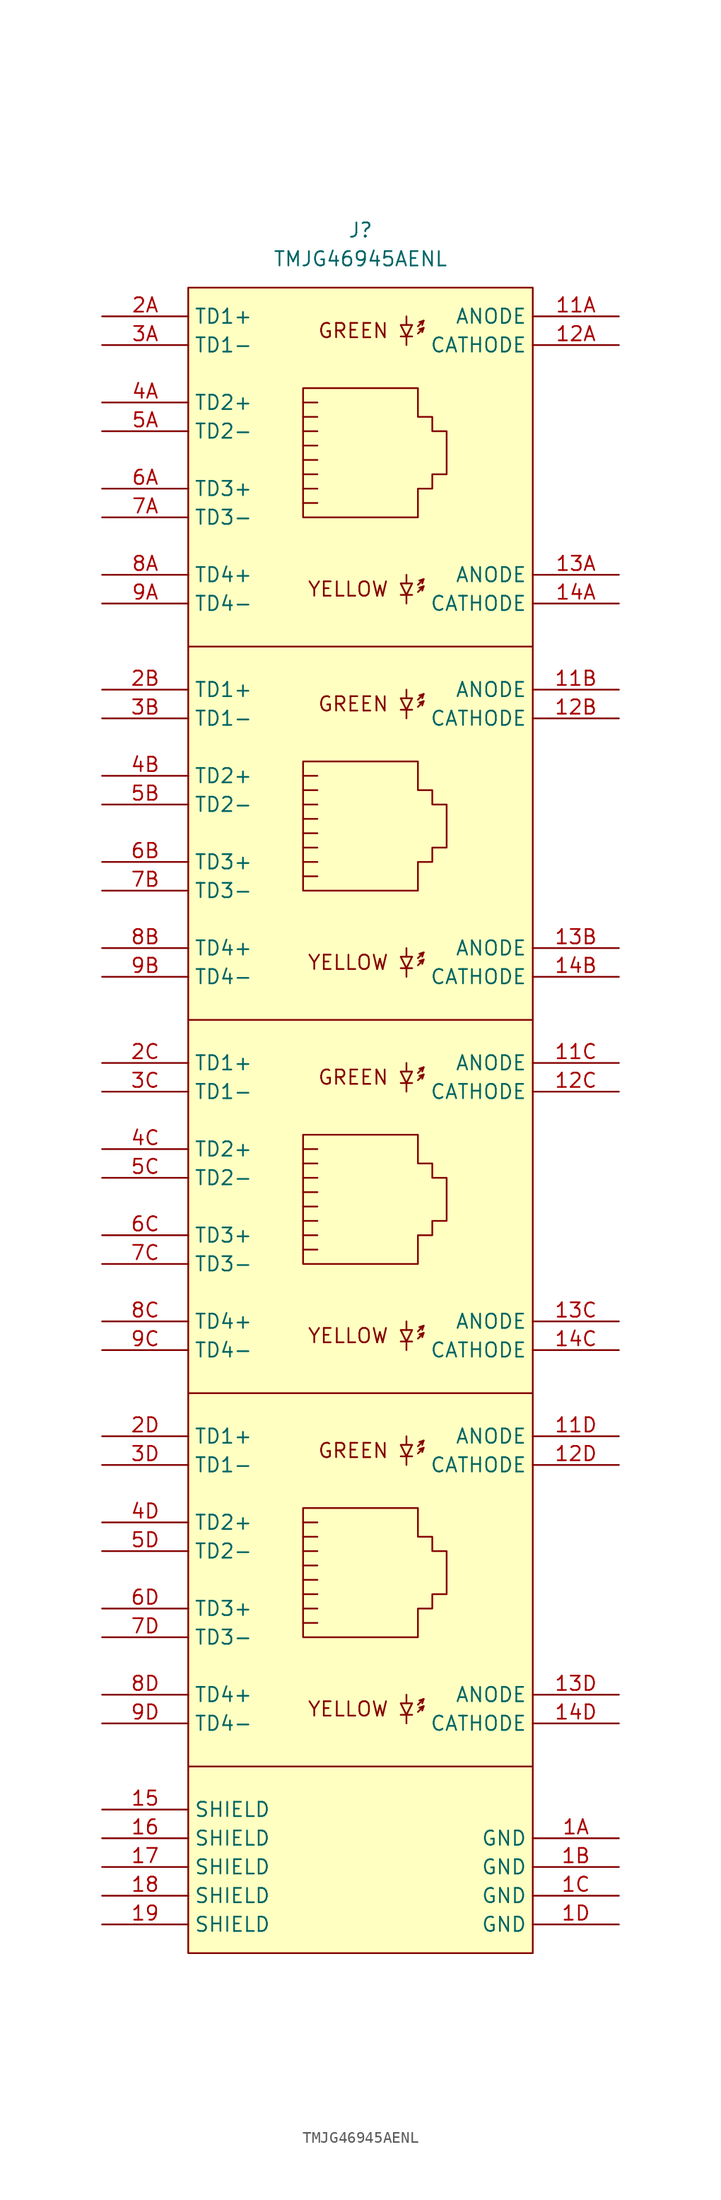
<source format=kicad_sym>
(kicad_symbol_lib
  (version 20231120)
  (generator "kicad_symbol_editor")
  (generator_version "8.0")
  (symbol "TMJG46945AENL"
    (property "Reference" "J"
      (at 0 5.08 0)
      (effects (font (size 1.27 1.27))))
    (property "Value" "TMJG46945AENL"
      (at 0 2.54 0)
      (effects (font (size 1.27 1.27))))
    (symbol "TMJG46945AENL_0_1"
      (polyline (pts (xy -15.24 -130.81) (xy 15.24 -130.81)) (stroke (width 0) (type default)) (fill (type none)))
      (polyline (pts (xy -15.24 -97.79) (xy 15.24 -97.79)) (stroke (width 0) (type default)) (fill (type none)))
      (polyline (pts (xy -15.24 -64.77) (xy 15.24 -64.77)) (stroke (width 0) (type default)) (fill (type none)))
      (polyline (pts (xy -15.24 -31.75) (xy 15.24 -31.75)) (stroke (width 0) (type default)) (fill (type none)))
      (polyline (pts (xy -3.81 -110.49) (xy -5.08 -110.49)) (stroke (width 0) (type default)) (fill (type none)))
      (polyline (pts (xy -3.81 -109.22) (xy -5.08 -109.22)) (stroke (width 0) (type default)) (fill (type none)))
      (polyline (pts (xy -3.81 -77.47) (xy -5.08 -77.47)) (stroke (width 0) (type default)) (fill (type none)))
      (polyline (pts (xy -3.81 -76.2) (xy -5.08 -76.2)) (stroke (width 0) (type default)) (fill (type none)))
      (polyline (pts (xy -3.81 -44.45) (xy -5.08 -44.45)) (stroke (width 0) (type default)) (fill (type none)))
      (polyline (pts (xy -3.81 -43.18) (xy -5.08 -43.18)) (stroke (width 0) (type default)) (fill (type none)))
      (polyline (pts (xy -3.81 -11.43) (xy -5.08 -11.43)) (stroke (width 0) (type default)) (fill (type none)))
      (polyline (pts (xy -3.81 -10.16) (xy -5.08 -10.16)) (stroke (width 0) (type default)) (fill (type none)))
      (polyline (pts (xy 4.064 -127) (xy 4.064 -126.238)) (stroke (width 0) (type default)) (fill (type none)))
      (polyline (pts (xy 4.064 -124.46) (xy 4.064 -125.222)) (stroke (width 0) (type default)) (fill (type none)))
      (polyline (pts (xy 4.064 -104.14) (xy 4.064 -103.378)) (stroke (width 0) (type default)) (fill (type none)))
      (polyline (pts (xy 4.064 -101.6) (xy 4.064 -102.362)) (stroke (width 0) (type default)) (fill (type none)))
      (polyline (pts (xy 4.064 -93.98) (xy 4.064 -93.218)) (stroke (width 0) (type default)) (fill (type none)))
      (polyline (pts (xy 4.064 -91.44) (xy 4.064 -92.202)) (stroke (width 0) (type default)) (fill (type none)))
      (polyline (pts (xy 4.064 -71.12) (xy 4.064 -70.358)) (stroke (width 0) (type default)) (fill (type none)))
      (polyline (pts (xy 4.064 -68.58) (xy 4.064 -69.342)) (stroke (width 0) (type default)) (fill (type none)))
      (polyline (pts (xy 4.064 -60.96) (xy 4.064 -60.198)) (stroke (width 0) (type default)) (fill (type none)))
      (polyline (pts (xy 4.064 -58.42) (xy 4.064 -59.182)) (stroke (width 0) (type default)) (fill (type none)))
      (polyline (pts (xy 4.064 -38.1) (xy 4.064 -37.338)) (stroke (width 0) (type default)) (fill (type none)))
      (polyline (pts (xy 4.064 -35.56) (xy 4.064 -36.322)) (stroke (width 0) (type default)) (fill (type none)))
      (polyline (pts (xy 4.064 -27.94) (xy 4.064 -27.178)) (stroke (width 0) (type default)) (fill (type none)))
      (polyline (pts (xy 4.064 -25.4) (xy 4.064 -26.162)) (stroke (width 0) (type default)) (fill (type none)))
      (polyline (pts (xy 4.064 -5.08) (xy 4.064 -4.318)) (stroke (width 0) (type default)) (fill (type none)))
      (polyline (pts (xy 4.064 -2.54) (xy 4.064 -3.302)) (stroke (width 0) (type default)) (fill (type none)))
      (polyline (pts (xy 4.572 -126.238) (xy 3.556 -126.238)) (stroke (width 0) (type default)) (fill (type none)))
      (polyline (pts (xy 4.572 -103.378) (xy 3.556 -103.378)) (stroke (width 0) (type default)) (fill (type none)))
      (polyline (pts (xy 4.572 -93.218) (xy 3.556 -93.218)) (stroke (width 0) (type default)) (fill (type none)))
      (polyline (pts (xy 4.572 -70.358) (xy 3.556 -70.358)) (stroke (width 0) (type default)) (fill (type none)))
      (polyline (pts (xy 4.572 -60.198) (xy 3.556 -60.198)) (stroke (width 0) (type default)) (fill (type none)))
      (polyline (pts (xy 4.572 -37.338) (xy 3.556 -37.338)) (stroke (width 0) (type default)) (fill (type none)))
      (polyline (pts (xy 4.572 -27.178) (xy 3.556 -27.178)) (stroke (width 0) (type default)) (fill (type none)))
      (polyline (pts (xy 4.572 -4.318) (xy 3.556 -4.318)) (stroke (width 0) (type default)) (fill (type none)))
      (polyline (pts (xy 5.588 -125.476) (xy 5.461 -125.857)) (stroke (width 0) (type default)) (fill (type none)))
      (polyline (pts (xy 5.588 -124.841) (xy 5.461 -125.222)) (stroke (width 0) (type default)) (fill (type none)))
      (polyline (pts (xy 5.588 -102.616) (xy 5.461 -102.997)) (stroke (width 0) (type default)) (fill (type none)))
      (polyline (pts (xy 5.588 -101.981) (xy 5.461 -102.362)) (stroke (width 0) (type default)) (fill (type none)))
      (polyline (pts (xy 5.588 -92.456) (xy 5.461 -92.837)) (stroke (width 0) (type default)) (fill (type none)))
      (polyline (pts (xy 5.588 -91.821) (xy 5.461 -92.202)) (stroke (width 0) (type default)) (fill (type none)))
      (polyline (pts (xy 5.588 -69.596) (xy 5.461 -69.977)) (stroke (width 0) (type default)) (fill (type none)))
      (polyline (pts (xy 5.588 -68.961) (xy 5.461 -69.342)) (stroke (width 0) (type default)) (fill (type none)))
      (polyline (pts (xy 5.588 -59.436) (xy 5.461 -59.817)) (stroke (width 0) (type default)) (fill (type none)))
      (polyline (pts (xy 5.588 -58.801) (xy 5.461 -59.182)) (stroke (width 0) (type default)) (fill (type none)))
      (polyline (pts (xy 5.588 -36.576) (xy 5.461 -36.957)) (stroke (width 0) (type default)) (fill (type none)))
      (polyline (pts (xy 5.588 -35.941) (xy 5.461 -36.322)) (stroke (width 0) (type default)) (fill (type none)))
      (polyline (pts (xy 5.588 -26.416) (xy 5.461 -26.797)) (stroke (width 0) (type default)) (fill (type none)))
      (polyline (pts (xy 5.588 -25.781) (xy 5.461 -26.162)) (stroke (width 0) (type default)) (fill (type none)))
      (polyline (pts (xy 5.588 -3.556) (xy 5.461 -3.937)) (stroke (width 0) (type default)) (fill (type none)))
      (polyline (pts (xy 5.588 -2.921) (xy 5.461 -3.302)) (stroke (width 0) (type default)) (fill (type none)))
      (polyline (pts (xy -5.08 -118.11) (xy -3.81 -118.11) (xy -3.81 -118.11)) (stroke (width 0) (type default)) (fill (type none)))
      (polyline (pts (xy -5.08 -116.84) (xy -3.81 -116.84) (xy -3.81 -116.84)) (stroke (width 0) (type default)) (fill (type none)))
      (polyline (pts (xy -5.08 -115.57) (xy -3.81 -115.57) (xy -3.81 -115.57)) (stroke (width 0) (type default)) (fill (type none)))
      (polyline (pts (xy -5.08 -114.3) (xy -3.81 -114.3) (xy -3.81 -114.3)) (stroke (width 0) (type default)) (fill (type none)))
      (polyline (pts (xy -5.08 -113.03) (xy -3.81 -113.03) (xy -3.81 -113.03)) (stroke (width 0) (type default)) (fill (type none)))
      (polyline (pts (xy -5.08 -85.09) (xy -3.81 -85.09) (xy -3.81 -85.09)) (stroke (width 0) (type default)) (fill (type none)))
      (polyline (pts (xy -5.08 -83.82) (xy -3.81 -83.82) (xy -3.81 -83.82)) (stroke (width 0) (type default)) (fill (type none)))
      (polyline (pts (xy -5.08 -82.55) (xy -3.81 -82.55) (xy -3.81 -82.55)) (stroke (width 0) (type default)) (fill (type none)))
      (polyline (pts (xy -5.08 -81.28) (xy -3.81 -81.28) (xy -3.81 -81.28)) (stroke (width 0) (type default)) (fill (type none)))
      (polyline (pts (xy -5.08 -80.01) (xy -3.81 -80.01) (xy -3.81 -80.01)) (stroke (width 0) (type default)) (fill (type none)))
      (polyline (pts (xy -5.08 -52.07) (xy -3.81 -52.07) (xy -3.81 -52.07)) (stroke (width 0) (type default)) (fill (type none)))
      (polyline (pts (xy -5.08 -50.8) (xy -3.81 -50.8) (xy -3.81 -50.8)) (stroke (width 0) (type default)) (fill (type none)))
      (polyline (pts (xy -5.08 -49.53) (xy -3.81 -49.53) (xy -3.81 -49.53)) (stroke (width 0) (type default)) (fill (type none)))
      (polyline (pts (xy -5.08 -48.26) (xy -3.81 -48.26) (xy -3.81 -48.26)) (stroke (width 0) (type default)) (fill (type none)))
      (polyline (pts (xy -5.08 -46.99) (xy -3.81 -46.99) (xy -3.81 -46.99)) (stroke (width 0) (type default)) (fill (type none)))
      (polyline (pts (xy -5.08 -19.05) (xy -3.81 -19.05) (xy -3.81 -19.05)) (stroke (width 0) (type default)) (fill (type none)))
      (polyline (pts (xy -5.08 -17.78) (xy -3.81 -17.78) (xy -3.81 -17.78)) (stroke (width 0) (type default)) (fill (type none)))
      (polyline (pts (xy -5.08 -16.51) (xy -3.81 -16.51) (xy -3.81 -16.51)) (stroke (width 0) (type default)) (fill (type none)))
      (polyline (pts (xy -5.08 -15.24) (xy -3.81 -15.24) (xy -3.81 -15.24)) (stroke (width 0) (type default)) (fill (type none)))
      (polyline (pts (xy -5.08 -13.97) (xy -3.81 -13.97) (xy -3.81 -13.97)) (stroke (width 0) (type default)) (fill (type none)))
      (polyline (pts (xy -3.81 -111.76) (xy -5.08 -111.76) (xy -5.08 -111.76)) (stroke (width 0) (type default)) (fill (type none)))
      (polyline (pts (xy -3.81 -78.74) (xy -5.08 -78.74) (xy -5.08 -78.74)) (stroke (width 0) (type default)) (fill (type none)))
      (polyline (pts (xy -3.81 -45.72) (xy -5.08 -45.72) (xy -5.08 -45.72)) (stroke (width 0) (type default)) (fill (type none)))
      (polyline (pts (xy -3.81 -12.7) (xy -5.08 -12.7) (xy -5.08 -12.7)) (stroke (width 0) (type default)) (fill (type none)))
      (polyline (pts (xy 5.08 -125.984) (xy 5.588 -125.476) (xy 5.207 -125.603)) (stroke (width 0) (type default)) (fill (type none)))
      (polyline (pts (xy 5.08 -125.349) (xy 5.588 -124.841) (xy 5.207 -124.968)) (stroke (width 0) (type default)) (fill (type none)))
      (polyline (pts (xy 5.08 -103.124) (xy 5.588 -102.616) (xy 5.207 -102.743)) (stroke (width 0) (type default)) (fill (type none)))
      (polyline (pts (xy 5.08 -102.489) (xy 5.588 -101.981) (xy 5.207 -102.108)) (stroke (width 0) (type default)) (fill (type none)))
      (polyline (pts (xy 5.08 -92.964) (xy 5.588 -92.456) (xy 5.207 -92.583)) (stroke (width 0) (type default)) (fill (type none)))
      (polyline (pts (xy 5.08 -92.329) (xy 5.588 -91.821) (xy 5.207 -91.948)) (stroke (width 0) (type default)) (fill (type none)))
      (polyline (pts (xy 5.08 -70.104) (xy 5.588 -69.596) (xy 5.207 -69.723)) (stroke (width 0) (type default)) (fill (type none)))
      (polyline (pts (xy 5.08 -69.469) (xy 5.588 -68.961) (xy 5.207 -69.088)) (stroke (width 0) (type default)) (fill (type none)))
      (polyline (pts (xy 5.08 -59.944) (xy 5.588 -59.436) (xy 5.207 -59.563)) (stroke (width 0) (type default)) (fill (type none)))
      (polyline (pts (xy 5.08 -59.309) (xy 5.588 -58.801) (xy 5.207 -58.928)) (stroke (width 0) (type default)) (fill (type none)))
      (polyline (pts (xy 5.08 -37.084) (xy 5.588 -36.576) (xy 5.207 -36.703)) (stroke (width 0) (type default)) (fill (type none)))
      (polyline (pts (xy 5.08 -36.449) (xy 5.588 -35.941) (xy 5.207 -36.068)) (stroke (width 0) (type default)) (fill (type none)))
      (polyline (pts (xy 5.08 -26.924) (xy 5.588 -26.416) (xy 5.207 -26.543)) (stroke (width 0) (type default)) (fill (type none)))
      (polyline (pts (xy 5.08 -26.289) (xy 5.588 -25.781) (xy 5.207 -25.908)) (stroke (width 0) (type default)) (fill (type none)))
      (polyline (pts (xy 5.08 -4.064) (xy 5.588 -3.556) (xy 5.207 -3.683)) (stroke (width 0) (type default)) (fill (type none)))
      (polyline (pts (xy 5.08 -3.429) (xy 5.588 -2.921) (xy 5.207 -3.048)) (stroke (width 0) (type default)) (fill (type none)))
      (polyline (pts (xy 4.064 -126.238) (xy 4.572 -125.222) (xy 3.556 -125.222) (xy 4.064 -126.238)) (stroke (width 0) (type default)) (fill (type none)))
      (polyline (pts (xy 4.064 -103.378) (xy 4.572 -102.362) (xy 3.556 -102.362) (xy 4.064 -103.378)) (stroke (width 0) (type default)) (fill (type none)))
      (polyline (pts (xy 4.064 -93.218) (xy 4.572 -92.202) (xy 3.556 -92.202) (xy 4.064 -93.218)) (stroke (width 0) (type default)) (fill (type none)))
      (polyline (pts (xy 4.064 -70.358) (xy 4.572 -69.342) (xy 3.556 -69.342) (xy 4.064 -70.358)) (stroke (width 0) (type default)) (fill (type none)))
      (polyline (pts (xy 4.064 -60.198) (xy 4.572 -59.182) (xy 3.556 -59.182) (xy 4.064 -60.198)) (stroke (width 0) (type default)) (fill (type none)))
      (polyline (pts (xy 4.064 -37.338) (xy 4.572 -36.322) (xy 3.556 -36.322) (xy 4.064 -37.338)) (stroke (width 0) (type default)) (fill (type none)))
      (polyline (pts (xy 4.064 -27.178) (xy 4.572 -26.162) (xy 3.556 -26.162) (xy 4.064 -27.178)) (stroke (width 0) (type default)) (fill (type none)))
      (polyline (pts (xy 4.064 -4.318) (xy 4.572 -3.302) (xy 3.556 -3.302) (xy 4.064 -4.318)) (stroke (width 0) (type default)) (fill (type none)))
      (polyline (pts (xy -5.08 -119.38) (xy -5.08 -107.95) (xy 5.08 -107.95) (xy 5.08 -110.49) (xy 6.35 -110.49) (xy 6.35 -111.76) (xy 7.62 -111.76) (xy 7.62 -115.57) (xy 6.35 -115.57) (xy 6.35 -116.84) (xy 5.08 -116.84) (xy 5.08 -119.38) (xy -5.08 -119.38) (xy -5.08 -119.38)) (stroke (width 0) (type default)) (fill (type none)))
      (polyline (pts (xy -5.08 -86.36) (xy -5.08 -74.93) (xy 5.08 -74.93) (xy 5.08 -77.47) (xy 6.35 -77.47) (xy 6.35 -78.74) (xy 7.62 -78.74) (xy 7.62 -82.55) (xy 6.35 -82.55) (xy 6.35 -83.82) (xy 5.08 -83.82) (xy 5.08 -86.36) (xy -5.08 -86.36) (xy -5.08 -86.36)) (stroke (width 0) (type default)) (fill (type none)))
      (polyline (pts (xy -5.08 -53.34) (xy -5.08 -41.91) (xy 5.08 -41.91) (xy 5.08 -44.45) (xy 6.35 -44.45) (xy 6.35 -45.72) (xy 7.62 -45.72) (xy 7.62 -49.53) (xy 6.35 -49.53) (xy 6.35 -50.8) (xy 5.08 -50.8) (xy 5.08 -53.34) (xy -5.08 -53.34) (xy -5.08 -53.34)) (stroke (width 0) (type default)) (fill (type none)))
      (polyline (pts (xy -5.08 -20.32) (xy -5.08 -8.89) (xy 5.08 -8.89) (xy 5.08 -11.43) (xy 6.35 -11.43) (xy 6.35 -12.7) (xy 7.62 -12.7) (xy 7.62 -16.51) (xy 6.35 -16.51) (xy 6.35 -17.78) (xy 5.08 -17.78) (xy 5.08 -20.32) (xy -5.08 -20.32) (xy -5.08 -20.32)) (stroke (width 0) (type default)) (fill (type none))))
    (symbol "TMJG46945AENL_1_1"
      (rectangle (start -15.24 0) (end 15.24 -147.32) (stroke (width 0) (type default)) (fill (type background)))
      (text "GREEN" (at 2.54 -102.87 0) (effects (font (size 1.27 1.27)) (justify right)))
      (text "GREEN" (at 2.54 -69.85 0) (effects (font (size 1.27 1.27)) (justify right)))
      (text "GREEN" (at 2.54 -36.83 0) (effects (font (size 1.27 1.27)) (justify right)))
      (text "GREEN" (at 2.54 -3.81 0) (effects (font (size 1.27 1.27)) (justify right)))
      (text "YELLOW" (at 2.54 -125.73 0) (effects (font (size 1.27 1.27)) (justify right)))
      (text "YELLOW" (at 2.54 -92.71 0) (effects (font (size 1.27 1.27)) (justify right)))
      (text "YELLOW" (at 2.54 -59.69 0) (effects (font (size 1.27 1.27)) (justify right)))
      (text "YELLOW" (at 2.54 -26.67 0) (effects (font (size 1.27 1.27)) (justify right)))
      (pin unspecified line (at 22.86 -2.54 180) (length 7.62) (name "ANODE" (effects (font (size 1.27 1.27)))) (number "11A" (effects (font (size 1.27 1.27)))))
      (pin unspecified line (at 22.86 -35.56 180) (length 7.62) (name "ANODE" (effects (font (size 1.27 1.27)))) (number "11B" (effects (font (size 1.27 1.27)))))
      (pin unspecified line (at 22.86 -68.58 180) (length 7.62) (name "ANODE" (effects (font (size 1.27 1.27)))) (number "11C" (effects (font (size 1.27 1.27)))))
      (pin unspecified line (at 22.86 -101.6 180) (length 7.62) (name "ANODE" (effects (font (size 1.27 1.27)))) (number "11D" (effects (font (size 1.27 1.27)))))
      (pin unspecified line (at 22.86 -5.08 180) (length 7.62) (name "CATHODE" (effects (font (size 1.27 1.27)))) (number "12A" (effects (font (size 1.27 1.27)))))
      (pin unspecified line (at 22.86 -38.1 180) (length 7.62) (name "CATHODE" (effects (font (size 1.27 1.27)))) (number "12B" (effects (font (size 1.27 1.27)))))
      (pin unspecified line (at 22.86 -71.12 180) (length 7.62) (name "CATHODE" (effects (font (size 1.27 1.27)))) (number "12C" (effects (font (size 1.27 1.27)))))
      (pin unspecified line (at 22.86 -104.14 180) (length 7.62) (name "CATHODE" (effects (font (size 1.27 1.27)))) (number "12D" (effects (font (size 1.27 1.27)))))
      (pin unspecified line (at 22.86 -25.4 180) (length 7.62) (name "ANODE" (effects (font (size 1.27 1.27)))) (number "13A" (effects (font (size 1.27 1.27)))))
      (pin unspecified line (at 22.86 -58.42 180) (length 7.62) (name "ANODE" (effects (font (size 1.27 1.27)))) (number "13B" (effects (font (size 1.27 1.27)))))
      (pin unspecified line (at 22.86 -91.44 180) (length 7.62) (name "ANODE" (effects (font (size 1.27 1.27)))) (number "13C" (effects (font (size 1.27 1.27)))))
      (pin unspecified line (at 22.86 -124.46 180) (length 7.62) (name "ANODE" (effects (font (size 1.27 1.27)))) (number "13D" (effects (font (size 1.27 1.27)))))
      (pin unspecified line (at 22.86 -27.94 180) (length 7.62) (name "CATHODE" (effects (font (size 1.27 1.27)))) (number "14A" (effects (font (size 1.27 1.27)))))
      (pin unspecified line (at 22.86 -60.96 180) (length 7.62) (name "CATHODE" (effects (font (size 1.27 1.27)))) (number "14B" (effects (font (size 1.27 1.27)))))
      (pin unspecified line (at 22.86 -93.98 180) (length 7.62) (name "CATHODE" (effects (font (size 1.27 1.27)))) (number "14C" (effects (font (size 1.27 1.27)))))
      (pin unspecified line (at 22.86 -127 180) (length 7.62) (name "CATHODE" (effects (font (size 1.27 1.27)))) (number "14D" (effects (font (size 1.27 1.27)))))
      (pin unspecified line (at -22.86 -134.62 0) (length 7.62) (name "SHIELD" (effects (font (size 1.27 1.27)))) (number "15" (effects (font (size 1.27 1.27)))))
      (pin unspecified line (at -22.86 -137.16 0) (length 7.62) (name "SHIELD" (effects (font (size 1.27 1.27)))) (number "16" (effects (font (size 1.27 1.27)))))
      (pin unspecified line (at -22.86 -139.7 0) (length 7.62) (name "SHIELD" (effects (font (size 1.27 1.27)))) (number "17" (effects (font (size 1.27 1.27)))))
      (pin unspecified line (at -22.86 -142.24 0) (length 7.62) (name "SHIELD" (effects (font (size 1.27 1.27)))) (number "18" (effects (font (size 1.27 1.27)))))
      (pin unspecified line (at -22.86 -144.78 0) (length 7.62) (name "SHIELD" (effects (font (size 1.27 1.27)))) (number "19" (effects (font (size 1.27 1.27)))))
      (pin unspecified line (at 22.86 -137.16 180) (length 7.62) (name "GND" (effects (font (size 1.27 1.27)))) (number "1A" (effects (font (size 1.27 1.27)))))
      (pin unspecified line (at 22.86 -139.7 180) (length 7.62) (name "GND" (effects (font (size 1.27 1.27)))) (number "1B" (effects (font (size 1.27 1.27)))))
      (pin unspecified line (at 22.86 -142.24 180) (length 7.62) (name "GND" (effects (font (size 1.27 1.27)))) (number "1C" (effects (font (size 1.27 1.27)))))
      (pin unspecified line (at 22.86 -144.78 180) (length 7.62) (name "GND" (effects (font (size 1.27 1.27)))) (number "1D" (effects (font (size 1.27 1.27)))))
      (pin bidirectional line (at -22.86 -2.54 0) (length 7.62) (name "TD1+" (effects (font (size 1.27 1.27)))) (number "2A" (effects (font (size 1.27 1.27)))))
      (pin bidirectional line (at -22.86 -35.56 0) (length 7.62) (name "TD1+" (effects (font (size 1.27 1.27)))) (number "2B" (effects (font (size 1.27 1.27)))))
      (pin bidirectional line (at -22.86 -68.58 0) (length 7.62) (name "TD1+" (effects (font (size 1.27 1.27)))) (number "2C" (effects (font (size 1.27 1.27)))))
      (pin bidirectional line (at -22.86 -101.6 0) (length 7.62) (name "TD1+" (effects (font (size 1.27 1.27)))) (number "2D" (effects (font (size 1.27 1.27)))))
      (pin bidirectional line (at -22.86 -5.08 0) (length 7.62) (name "TD1-" (effects (font (size 1.27 1.27)))) (number "3A" (effects (font (size 1.27 1.27)))))
      (pin bidirectional line (at -22.86 -38.1 0) (length 7.62) (name "TD1-" (effects (font (size 1.27 1.27)))) (number "3B" (effects (font (size 1.27 1.27)))))
      (pin bidirectional line (at -22.86 -71.12 0) (length 7.62) (name "TD1-" (effects (font (size 1.27 1.27)))) (number "3C" (effects (font (size 1.27 1.27)))))
      (pin bidirectional line (at -22.86 -104.14 0) (length 7.62) (name "TD1-" (effects (font (size 1.27 1.27)))) (number "3D" (effects (font (size 1.27 1.27)))))
      (pin bidirectional line (at -22.86 -10.16 0) (length 7.62) (name "TD2+" (effects (font (size 1.27 1.27)))) (number "4A" (effects (font (size 1.27 1.27)))))
      (pin bidirectional line (at -22.86 -43.18 0) (length 7.62) (name "TD2+" (effects (font (size 1.27 1.27)))) (number "4B" (effects (font (size 1.27 1.27)))))
      (pin bidirectional line (at -22.86 -76.2 0) (length 7.62) (name "TD2+" (effects (font (size 1.27 1.27)))) (number "4C" (effects (font (size 1.27 1.27)))))
      (pin bidirectional line (at -22.86 -109.22 0) (length 7.62) (name "TD2+" (effects (font (size 1.27 1.27)))) (number "4D" (effects (font (size 1.27 1.27)))))
      (pin bidirectional line (at -22.86 -12.7 0) (length 7.62) (name "TD2-" (effects (font (size 1.27 1.27)))) (number "5A" (effects (font (size 1.27 1.27)))))
      (pin bidirectional line (at -22.86 -45.72 0) (length 7.62) (name "TD2-" (effects (font (size 1.27 1.27)))) (number "5B" (effects (font (size 1.27 1.27)))))
      (pin bidirectional line (at -22.86 -78.74 0) (length 7.62) (name "TD2-" (effects (font (size 1.27 1.27)))) (number "5C" (effects (font (size 1.27 1.27)))))
      (pin bidirectional line (at -22.86 -111.76 0) (length 7.62) (name "TD2-" (effects (font (size 1.27 1.27)))) (number "5D" (effects (font (size 1.27 1.27)))))
      (pin bidirectional line (at -22.86 -17.78 0) (length 7.62) (name "TD3+" (effects (font (size 1.27 1.27)))) (number "6A" (effects (font (size 1.27 1.27)))))
      (pin bidirectional line (at -22.86 -50.8 0) (length 7.62) (name "TD3+" (effects (font (size 1.27 1.27)))) (number "6B" (effects (font (size 1.27 1.27)))))
      (pin bidirectional line (at -22.86 -83.82 0) (length 7.62) (name "TD3+" (effects (font (size 1.27 1.27)))) (number "6C" (effects (font (size 1.27 1.27)))))
      (pin bidirectional line (at -22.86 -116.84 0) (length 7.62) (name "TD3+" (effects (font (size 1.27 1.27)))) (number "6D" (effects (font (size 1.27 1.27)))))
      (pin bidirectional line (at -22.86 -20.32 0) (length 7.62) (name "TD3-" (effects (font (size 1.27 1.27)))) (number "7A" (effects (font (size 1.27 1.27)))))
      (pin bidirectional line (at -22.86 -53.34 0) (length 7.62) (name "TD3-" (effects (font (size 1.27 1.27)))) (number "7B" (effects (font (size 1.27 1.27)))))
      (pin bidirectional line (at -22.86 -86.36 0) (length 7.62) (name "TD3-" (effects (font (size 1.27 1.27)))) (number "7C" (effects (font (size 1.27 1.27)))))
      (pin bidirectional line (at -22.86 -119.38 0) (length 7.62) (name "TD3-" (effects (font (size 1.27 1.27)))) (number "7D" (effects (font (size 1.27 1.27)))))
      (pin bidirectional line (at -22.86 -25.4 0) (length 7.62) (name "TD4+" (effects (font (size 1.27 1.27)))) (number "8A" (effects (font (size 1.27 1.27)))))
      (pin bidirectional line (at -22.86 -58.42 0) (length 7.62) (name "TD4+" (effects (font (size 1.27 1.27)))) (number "8B" (effects (font (size 1.27 1.27)))))
      (pin bidirectional line (at -22.86 -91.44 0) (length 7.62) (name "TD4+" (effects (font (size 1.27 1.27)))) (number "8C" (effects (font (size 1.27 1.27)))))
      (pin bidirectional line (at -22.86 -124.46 0) (length 7.62) (name "TD4+" (effects (font (size 1.27 1.27)))) (number "8D" (effects (font (size 1.27 1.27)))))
      (pin bidirectional line (at -22.86 -27.94 0) (length 7.62) (name "TD4-" (effects (font (size 1.27 1.27)))) (number "9A" (effects (font (size 1.27 1.27)))))
      (pin bidirectional line (at -22.86 -60.96 0) (length 7.62) (name "TD4-" (effects (font (size 1.27 1.27)))) (number "9B" (effects (font (size 1.27 1.27)))))
      (pin bidirectional line (at -22.86 -93.98 0) (length 7.62) (name "TD4-" (effects (font (size 1.27 1.27)))) (number "9C" (effects (font (size 1.27 1.27)))))
      (pin bidirectional line (at -22.86 -127 0) (length 7.62) (name "TD4-" (effects (font (size 1.27 1.27)))) (number "9D" (effects (font (size 1.27 1.27))))))))
</source>
